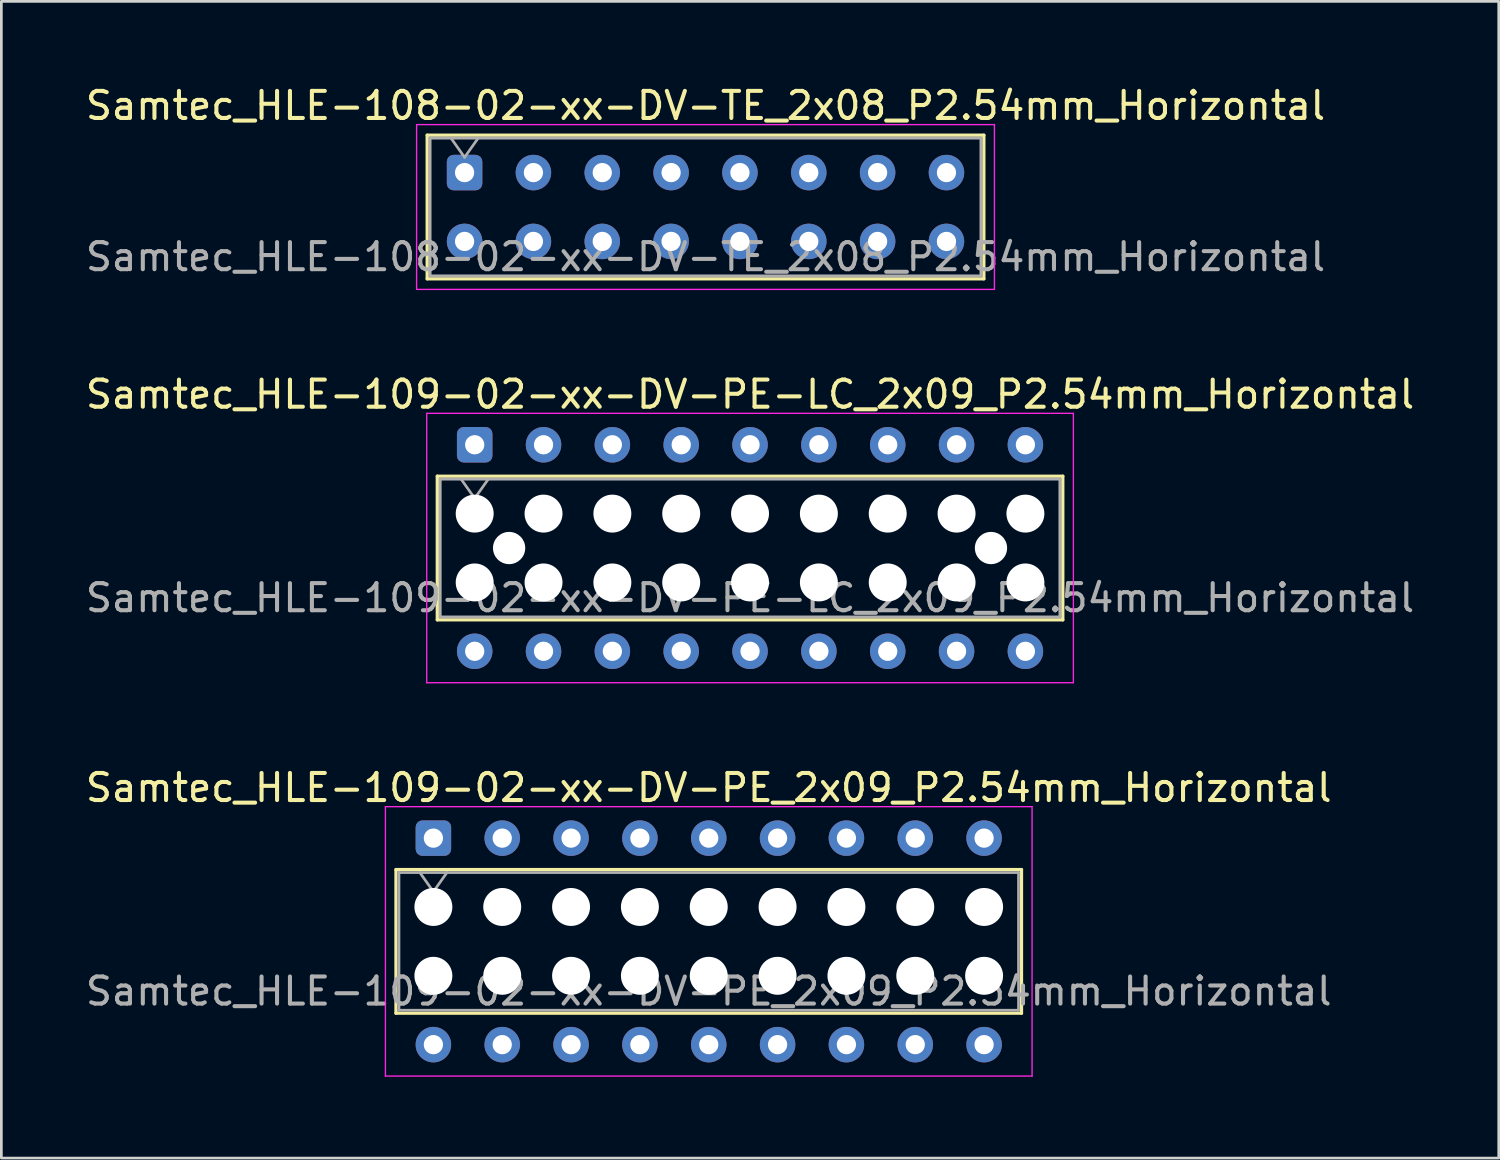
<source format=kicad_pcb>
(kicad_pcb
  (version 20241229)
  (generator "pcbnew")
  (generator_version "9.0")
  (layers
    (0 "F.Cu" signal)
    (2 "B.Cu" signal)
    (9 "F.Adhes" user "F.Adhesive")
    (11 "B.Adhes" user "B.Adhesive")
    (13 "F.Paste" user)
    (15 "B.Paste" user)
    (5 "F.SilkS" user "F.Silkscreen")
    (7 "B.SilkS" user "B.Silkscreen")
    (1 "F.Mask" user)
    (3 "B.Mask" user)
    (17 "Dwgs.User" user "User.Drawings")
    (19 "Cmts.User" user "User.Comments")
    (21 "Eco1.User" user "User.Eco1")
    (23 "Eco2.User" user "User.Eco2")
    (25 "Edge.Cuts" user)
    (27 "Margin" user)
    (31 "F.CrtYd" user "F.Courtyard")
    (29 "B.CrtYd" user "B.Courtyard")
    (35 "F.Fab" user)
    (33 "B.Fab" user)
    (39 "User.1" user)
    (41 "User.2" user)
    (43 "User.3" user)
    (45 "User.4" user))
  (footprint "Samtec_HLE-109-02-xx-DV-PE-LC_2x09_P2.54mm_Horizontal"
    (layer "F.Cu")
    (at 14.465 13.361)
    (property "Reference" "Samtec_HLE-109-02-xx-DV-PE-LC_2x09_P2.54mm_Horizontal" (at 10.16 -1.86 0) (layer "F.SilkS") (effects (font (size 1 1) (thickness 0.15))))
    (attr through_hole)
    (fp_line (start -1.38 1.16) (end 21.7 1.16) (stroke (width 0.12) (type solid)) (layer "F.SilkS"))
    (fp_line (start -1.38 6.46) (end -1.38 1.16) (stroke (width 0.12) (type solid)) (layer "F.SilkS"))
    (fp_line (start 21.7 1.16) (end 21.7 6.46) (stroke (width 0.12) (type solid)) (layer "F.SilkS"))
    (fp_line (start 21.7 6.46) (end -1.38 6.46) (stroke (width 0.12) (type solid)) (layer "F.SilkS"))
    (fp_line (start -1.77 -1.16) (end 22.09 -1.16) (stroke (width 0.05) (type solid)) (layer "F.CrtYd"))
    (fp_line (start -1.77 8.78) (end -1.77 -1.16) (stroke (width 0.05) (type solid)) (layer "F.CrtYd"))
    (fp_line (start 22.09 -1.16) (end 22.09 8.78) (stroke (width 0.05) (type solid)) (layer "F.CrtYd"))
    (fp_line (start 22.09 8.78) (end -1.77 8.78) (stroke (width 0.05) (type solid)) (layer "F.CrtYd"))
    (fp_line (start -1.27 1.27) (end 21.59 1.27) (stroke (width 0.1) (type solid)) (layer "F.Fab"))
    (fp_line (start -1.27 6.35) (end -1.27 1.27) (stroke (width 0.1) (type solid)) (layer "F.Fab"))
    (fp_line (start -0.5 1.27) (end 0 1.977) (stroke (width 0.1) (type solid)) (layer "F.Fab"))
    (fp_line (start 0 1.977) (end 0.5 1.27) (stroke (width 0.1) (type solid)) (layer "F.Fab"))
    (fp_line (start 21.59 1.27) (end 21.59 6.35) (stroke (width 0.1) (type solid)) (layer "F.Fab"))
    (fp_line (start 21.59 6.35) (end -1.27 6.35) (stroke (width 0.1) (type solid)) (layer "F.Fab"))
    (fp_text user "${REFERENCE}" (at 10.16 5.65 0) (layer "F.Fab") (effects (font (size 1 1) (thickness 0.15))))
    (pad "" np_thru_hole circle (at 0 2.54) (size 1.4 1.4) (drill 1.4) (layers "*.Cu" "*.Mask"))
    (pad "" np_thru_hole circle (at 0 5.08) (size 1.4 1.4) (drill 1.4) (layers "*.Cu" "*.Mask"))
    (pad "" np_thru_hole circle (at 1.27 3.81) (size 1.19 1.19) (drill 1.19) (layers "*.Cu" "*.Mask"))
    (pad "" np_thru_hole circle (at 2.54 2.54) (size 1.4 1.4) (drill 1.4) (layers "*.Cu" "*.Mask"))
    (pad "" np_thru_hole circle (at 2.54 5.08) (size 1.4 1.4) (drill 1.4) (layers "*.Cu" "*.Mask"))
    (pad "" np_thru_hole circle (at 5.08 2.54) (size 1.4 1.4) (drill 1.4) (layers "*.Cu" "*.Mask"))
    (pad "" np_thru_hole circle (at 5.08 5.08) (size 1.4 1.4) (drill 1.4) (layers "*.Cu" "*.Mask"))
    (pad "" np_thru_hole circle (at 7.62 2.54) (size 1.4 1.4) (drill 1.4) (layers "*.Cu" "*.Mask"))
    (pad "" np_thru_hole circle (at 7.62 5.08) (size 1.4 1.4) (drill 1.4) (layers "*.Cu" "*.Mask"))
    (pad "" np_thru_hole circle (at 10.16 2.54) (size 1.4 1.4) (drill 1.4) (layers "*.Cu" "*.Mask"))
    (pad "" np_thru_hole circle (at 10.16 5.08) (size 1.4 1.4) (drill 1.4) (layers "*.Cu" "*.Mask"))
    (pad "" np_thru_hole circle (at 12.7 2.54) (size 1.4 1.4) (drill 1.4) (layers "*.Cu" "*.Mask"))
    (pad "" np_thru_hole circle (at 12.7 5.08) (size 1.4 1.4) (drill 1.4) (layers "*.Cu" "*.Mask"))
    (pad "" np_thru_hole circle (at 15.24 2.54) (size 1.4 1.4) (drill 1.4) (layers "*.Cu" "*.Mask"))
    (pad "" np_thru_hole circle (at 15.24 5.08) (size 1.4 1.4) (drill 1.4) (layers "*.Cu" "*.Mask"))
    (pad "" np_thru_hole circle (at 17.78 2.54) (size 1.4 1.4) (drill 1.4) (layers "*.Cu" "*.Mask"))
    (pad "" np_thru_hole circle (at 17.78 5.08) (size 1.4 1.4) (drill 1.4) (layers "*.Cu" "*.Mask"))
    (pad "" np_thru_hole circle (at 19.05 3.81) (size 1.19 1.19) (drill 1.19) (layers "*.Cu" "*.Mask"))
    (pad "" np_thru_hole circle (at 20.32 2.54) (size 1.4 1.4) (drill 1.4) (layers "*.Cu" "*.Mask"))
    (pad "" np_thru_hole circle (at 20.32 5.08) (size 1.4 1.4) (drill 1.4) (layers "*.Cu" "*.Mask"))
    (pad "1" thru_hole roundrect (at 0 0) (size 1.31 1.31) (drill 0.71) (layers "*.Cu" "*.Mask") (roundrect_rratio 0.191))
    (pad "2" thru_hole circle (at 0 7.62) (size 1.31 1.31) (drill 0.71) (layers "*.Cu" "*.Mask"))
    (pad "3" thru_hole circle (at 2.54 0) (size 1.31 1.31) (drill 0.71) (layers "*.Cu" "*.Mask"))
    (pad "4" thru_hole circle (at 2.54 7.62) (size 1.31 1.31) (drill 0.71) (layers "*.Cu" "*.Mask"))
    (pad "5" thru_hole circle (at 5.08 0) (size 1.31 1.31) (drill 0.71) (layers "*.Cu" "*.Mask"))
    (pad "6" thru_hole circle (at 5.08 7.62) (size 1.31 1.31) (drill 0.71) (layers "*.Cu" "*.Mask"))
    (pad "7" thru_hole circle (at 7.62 0) (size 1.31 1.31) (drill 0.71) (layers "*.Cu" "*.Mask"))
    (pad "8" thru_hole circle (at 7.62 7.62) (size 1.31 1.31) (drill 0.71) (layers "*.Cu" "*.Mask"))
    (pad "9" thru_hole circle (at 10.16 0) (size 1.31 1.31) (drill 0.71) (layers "*.Cu" "*.Mask"))
    (pad "10" thru_hole circle (at 10.16 7.62) (size 1.31 1.31) (drill 0.71) (layers "*.Cu" "*.Mask"))
    (pad "11" thru_hole circle (at 12.7 0) (size 1.31 1.31) (drill 0.71) (layers "*.Cu" "*.Mask"))
    (pad "12" thru_hole circle (at 12.7 7.62) (size 1.31 1.31) (drill 0.71) (layers "*.Cu" "*.Mask"))
    (pad "13" thru_hole circle (at 15.24 0) (size 1.31 1.31) (drill 0.71) (layers "*.Cu" "*.Mask"))
    (pad "14" thru_hole circle (at 15.24 7.62) (size 1.31 1.31) (drill 0.71) (layers "*.Cu" "*.Mask"))
    (pad "15" thru_hole circle (at 17.78 0) (size 1.31 1.31) (drill 0.71) (layers "*.Cu" "*.Mask"))
    (pad "16" thru_hole circle (at 17.78 7.62) (size 1.31 1.31) (drill 0.71) (layers "*.Cu" "*.Mask"))
    (pad "17" thru_hole circle (at 20.32 0) (size 1.31 1.31) (drill 0.71) (layers "*.Cu" "*.Mask"))
    (pad "18" thru_hole circle (at 20.32 7.62) (size 1.31 1.31) (drill 0.71) (layers "*.Cu" "*.Mask")))
  (footprint "Samtec_HLE-108-02-xx-DV-TE_2x08_P2.54mm_Horizontal"
    (layer "F.Cu")
    (at 14.092 3.318)
    (property "Reference" "Samtec_HLE-108-02-xx-DV-TE_2x08_P2.54mm_Horizontal" (at 8.89 -2.47 0) (layer "F.SilkS") (effects (font (size 1 1) (thickness 0.15))))
    (attr through_hole)
    (fp_line (start -1.38 -1.38) (end 19.16 -1.38) (stroke (width 0.12) (type solid)) (layer "F.SilkS"))
    (fp_line (start -1.38 3.92) (end -1.38 -1.38) (stroke (width 0.12) (type solid)) (layer "F.SilkS"))
    (fp_line (start 19.16 -1.38) (end 19.16 3.92) (stroke (width 0.12) (type solid)) (layer "F.SilkS"))
    (fp_line (start 19.16 3.92) (end -1.38 3.92) (stroke (width 0.12) (type solid)) (layer "F.SilkS"))
    (fp_line (start -1.77 -1.77) (end 19.55 -1.77) (stroke (width 0.05) (type solid)) (layer "F.CrtYd"))
    (fp_line (start -1.77 4.31) (end -1.77 -1.77) (stroke (width 0.05) (type solid)) (layer "F.CrtYd"))
    (fp_line (start 19.55 -1.77) (end 19.55 4.31) (stroke (width 0.05) (type solid)) (layer "F.CrtYd"))
    (fp_line (start 19.55 4.31) (end -1.77 4.31) (stroke (width 0.05) (type solid)) (layer "F.CrtYd"))
    (fp_line (start -1.27 -1.27) (end 19.05 -1.27) (stroke (width 0.1) (type solid)) (layer "F.Fab"))
    (fp_line (start -1.27 3.81) (end -1.27 -1.27) (stroke (width 0.1) (type solid)) (layer "F.Fab"))
    (fp_line (start -0.5 -1.27) (end 0 -0.563) (stroke (width 0.1) (type solid)) (layer "F.Fab"))
    (fp_line (start 0 -0.563) (end 0.5 -1.27) (stroke (width 0.1) (type solid)) (layer "F.Fab"))
    (fp_line (start 19.05 -1.27) (end 19.05 3.81) (stroke (width 0.1) (type solid)) (layer "F.Fab"))
    (fp_line (start 19.05 3.81) (end -1.27 3.81) (stroke (width 0.1) (type solid)) (layer "F.Fab"))
    (fp_text user "${REFERENCE}" (at 8.89 3.11 0) (layer "F.Fab") (effects (font (size 1 1) (thickness 0.15))))
    (pad "1" thru_hole roundrect (at 0 0) (size 1.31 1.31) (drill 0.71) (layers "*.Cu" "*.Mask") (roundrect_rratio 0.191))
    (pad "2" thru_hole circle (at 0 2.54) (size 1.31 1.31) (drill 0.71) (layers "*.Cu" "*.Mask"))
    (pad "3" thru_hole circle (at 2.54 0) (size 1.31 1.31) (drill 0.71) (layers "*.Cu" "*.Mask"))
    (pad "4" thru_hole circle (at 2.54 2.54) (size 1.31 1.31) (drill 0.71) (layers "*.Cu" "*.Mask"))
    (pad "5" thru_hole circle (at 5.08 0) (size 1.31 1.31) (drill 0.71) (layers "*.Cu" "*.Mask"))
    (pad "6" thru_hole circle (at 5.08 2.54) (size 1.31 1.31) (drill 0.71) (layers "*.Cu" "*.Mask"))
    (pad "7" thru_hole circle (at 7.62 0) (size 1.31 1.31) (drill 0.71) (layers "*.Cu" "*.Mask"))
    (pad "8" thru_hole circle (at 7.62 2.54) (size 1.31 1.31) (drill 0.71) (layers "*.Cu" "*.Mask"))
    (pad "9" thru_hole circle (at 10.16 0) (size 1.31 1.31) (drill 0.71) (layers "*.Cu" "*.Mask"))
    (pad "10" thru_hole circle (at 10.16 2.54) (size 1.31 1.31) (drill 0.71) (layers "*.Cu" "*.Mask"))
    (pad "11" thru_hole circle (at 12.7 0) (size 1.31 1.31) (drill 0.71) (layers "*.Cu" "*.Mask"))
    (pad "12" thru_hole circle (at 12.7 2.54) (size 1.31 1.31) (drill 0.71) (layers "*.Cu" "*.Mask"))
    (pad "13" thru_hole circle (at 15.24 0) (size 1.31 1.31) (drill 0.71) (layers "*.Cu" "*.Mask"))
    (pad "14" thru_hole circle (at 15.24 2.54) (size 1.31 1.31) (drill 0.71) (layers "*.Cu" "*.Mask"))
    (pad "15" thru_hole circle (at 17.78 0) (size 1.31 1.31) (drill 0.71) (layers "*.Cu" "*.Mask"))
    (pad "16" thru_hole circle (at 17.78 2.54) (size 1.31 1.31) (drill 0.71) (layers "*.Cu" "*.Mask")))
  (footprint "Samtec_HLE-109-02-xx-DV-PE_2x09_P2.54mm_Horizontal"
    (layer "F.Cu")
    (at 12.941 27.875)
    (property "Reference" "Samtec_HLE-109-02-xx-DV-PE_2x09_P2.54mm_Horizontal" (at 10.16 -1.86 0) (layer "F.SilkS") (effects (font (size 1 1) (thickness 0.15))))
    (attr through_hole)
    (fp_line (start -1.38 1.16) (end 21.7 1.16) (stroke (width 0.12) (type solid)) (layer "F.SilkS"))
    (fp_line (start -1.38 6.46) (end -1.38 1.16) (stroke (width 0.12) (type solid)) (layer "F.SilkS"))
    (fp_line (start 21.7 1.16) (end 21.7 6.46) (stroke (width 0.12) (type solid)) (layer "F.SilkS"))
    (fp_line (start 21.7 6.46) (end -1.38 6.46) (stroke (width 0.12) (type solid)) (layer "F.SilkS"))
    (fp_line (start -1.77 -1.16) (end 22.09 -1.16) (stroke (width 0.05) (type solid)) (layer "F.CrtYd"))
    (fp_line (start -1.77 8.78) (end -1.77 -1.16) (stroke (width 0.05) (type solid)) (layer "F.CrtYd"))
    (fp_line (start 22.09 -1.16) (end 22.09 8.78) (stroke (width 0.05) (type solid)) (layer "F.CrtYd"))
    (fp_line (start 22.09 8.78) (end -1.77 8.78) (stroke (width 0.05) (type solid)) (layer "F.CrtYd"))
    (fp_line (start -1.27 1.27) (end 21.59 1.27) (stroke (width 0.1) (type solid)) (layer "F.Fab"))
    (fp_line (start -1.27 6.35) (end -1.27 1.27) (stroke (width 0.1) (type solid)) (layer "F.Fab"))
    (fp_line (start -0.5 1.27) (end 0 1.977) (stroke (width 0.1) (type solid)) (layer "F.Fab"))
    (fp_line (start 0 1.977) (end 0.5 1.27) (stroke (width 0.1) (type solid)) (layer "F.Fab"))
    (fp_line (start 21.59 1.27) (end 21.59 6.35) (stroke (width 0.1) (type solid)) (layer "F.Fab"))
    (fp_line (start 21.59 6.35) (end -1.27 6.35) (stroke (width 0.1) (type solid)) (layer "F.Fab"))
    (fp_text user "${REFERENCE}" (at 10.16 5.65 0) (layer "F.Fab") (effects (font (size 1 1) (thickness 0.15))))
    (pad "" np_thru_hole circle (at 0 2.54) (size 1.4 1.4) (drill 1.4) (layers "*.Cu" "*.Mask"))
    (pad "" np_thru_hole circle (at 0 5.08) (size 1.4 1.4) (drill 1.4) (layers "*.Cu" "*.Mask"))
    (pad "" np_thru_hole circle (at 2.54 2.54) (size 1.4 1.4) (drill 1.4) (layers "*.Cu" "*.Mask"))
    (pad "" np_thru_hole circle (at 2.54 5.08) (size 1.4 1.4) (drill 1.4) (layers "*.Cu" "*.Mask"))
    (pad "" np_thru_hole circle (at 5.08 2.54) (size 1.4 1.4) (drill 1.4) (layers "*.Cu" "*.Mask"))
    (pad "" np_thru_hole circle (at 5.08 5.08) (size 1.4 1.4) (drill 1.4) (layers "*.Cu" "*.Mask"))
    (pad "" np_thru_hole circle (at 7.62 2.54) (size 1.4 1.4) (drill 1.4) (layers "*.Cu" "*.Mask"))
    (pad "" np_thru_hole circle (at 7.62 5.08) (size 1.4 1.4) (drill 1.4) (layers "*.Cu" "*.Mask"))
    (pad "" np_thru_hole circle (at 10.16 2.54) (size 1.4 1.4) (drill 1.4) (layers "*.Cu" "*.Mask"))
    (pad "" np_thru_hole circle (at 10.16 5.08) (size 1.4 1.4) (drill 1.4) (layers "*.Cu" "*.Mask"))
    (pad "" np_thru_hole circle (at 12.7 2.54) (size 1.4 1.4) (drill 1.4) (layers "*.Cu" "*.Mask"))
    (pad "" np_thru_hole circle (at 12.7 5.08) (size 1.4 1.4) (drill 1.4) (layers "*.Cu" "*.Mask"))
    (pad "" np_thru_hole circle (at 15.24 2.54) (size 1.4 1.4) (drill 1.4) (layers "*.Cu" "*.Mask"))
    (pad "" np_thru_hole circle (at 15.24 5.08) (size 1.4 1.4) (drill 1.4) (layers "*.Cu" "*.Mask"))
    (pad "" np_thru_hole circle (at 17.78 2.54) (size 1.4 1.4) (drill 1.4) (layers "*.Cu" "*.Mask"))
    (pad "" np_thru_hole circle (at 17.78 5.08) (size 1.4 1.4) (drill 1.4) (layers "*.Cu" "*.Mask"))
    (pad "" np_thru_hole circle (at 20.32 2.54) (size 1.4 1.4) (drill 1.4) (layers "*.Cu" "*.Mask"))
    (pad "" np_thru_hole circle (at 20.32 5.08) (size 1.4 1.4) (drill 1.4) (layers "*.Cu" "*.Mask"))
    (pad "1" thru_hole roundrect (at 0 0) (size 1.31 1.31) (drill 0.71) (layers "*.Cu" "*.Mask") (roundrect_rratio 0.191))
    (pad "2" thru_hole circle (at 0 7.62) (size 1.31 1.31) (drill 0.71) (layers "*.Cu" "*.Mask"))
    (pad "3" thru_hole circle (at 2.54 0) (size 1.31 1.31) (drill 0.71) (layers "*.Cu" "*.Mask"))
    (pad "4" thru_hole circle (at 2.54 7.62) (size 1.31 1.31) (drill 0.71) (layers "*.Cu" "*.Mask"))
    (pad "5" thru_hole circle (at 5.08 0) (size 1.31 1.31) (drill 0.71) (layers "*.Cu" "*.Mask"))
    (pad "6" thru_hole circle (at 5.08 7.62) (size 1.31 1.31) (drill 0.71) (layers "*.Cu" "*.Mask"))
    (pad "7" thru_hole circle (at 7.62 0) (size 1.31 1.31) (drill 0.71) (layers "*.Cu" "*.Mask"))
    (pad "8" thru_hole circle (at 7.62 7.62) (size 1.31 1.31) (drill 0.71) (layers "*.Cu" "*.Mask"))
    (pad "9" thru_hole circle (at 10.16 0) (size 1.31 1.31) (drill 0.71) (layers "*.Cu" "*.Mask"))
    (pad "10" thru_hole circle (at 10.16 7.62) (size 1.31 1.31) (drill 0.71) (layers "*.Cu" "*.Mask"))
    (pad "11" thru_hole circle (at 12.7 0) (size 1.31 1.31) (drill 0.71) (layers "*.Cu" "*.Mask"))
    (pad "12" thru_hole circle (at 12.7 7.62) (size 1.31 1.31) (drill 0.71) (layers "*.Cu" "*.Mask"))
    (pad "13" thru_hole circle (at 15.24 0) (size 1.31 1.31) (drill 0.71) (layers "*.Cu" "*.Mask"))
    (pad "14" thru_hole circle (at 15.24 7.62) (size 1.31 1.31) (drill 0.71) (layers "*.Cu" "*.Mask"))
    (pad "15" thru_hole circle (at 17.78 0) (size 1.31 1.31) (drill 0.71) (layers "*.Cu" "*.Mask"))
    (pad "16" thru_hole circle (at 17.78 7.62) (size 1.31 1.31) (drill 0.71) (layers "*.Cu" "*.Mask"))
    (pad "17" thru_hole circle (at 20.32 0) (size 1.31 1.31) (drill 0.71) (layers "*.Cu" "*.Mask"))
    (pad "18" thru_hole circle (at 20.32 7.62) (size 1.31 1.31) (drill 0.71) (layers "*.Cu" "*.Mask")))
  (gr_rect
    (start -3 -3)
    (end 52.25 39.68)
    (stroke (width 0.1) (type default))
    (fill no)
    (layer "Edge.Cuts")))
</source>
